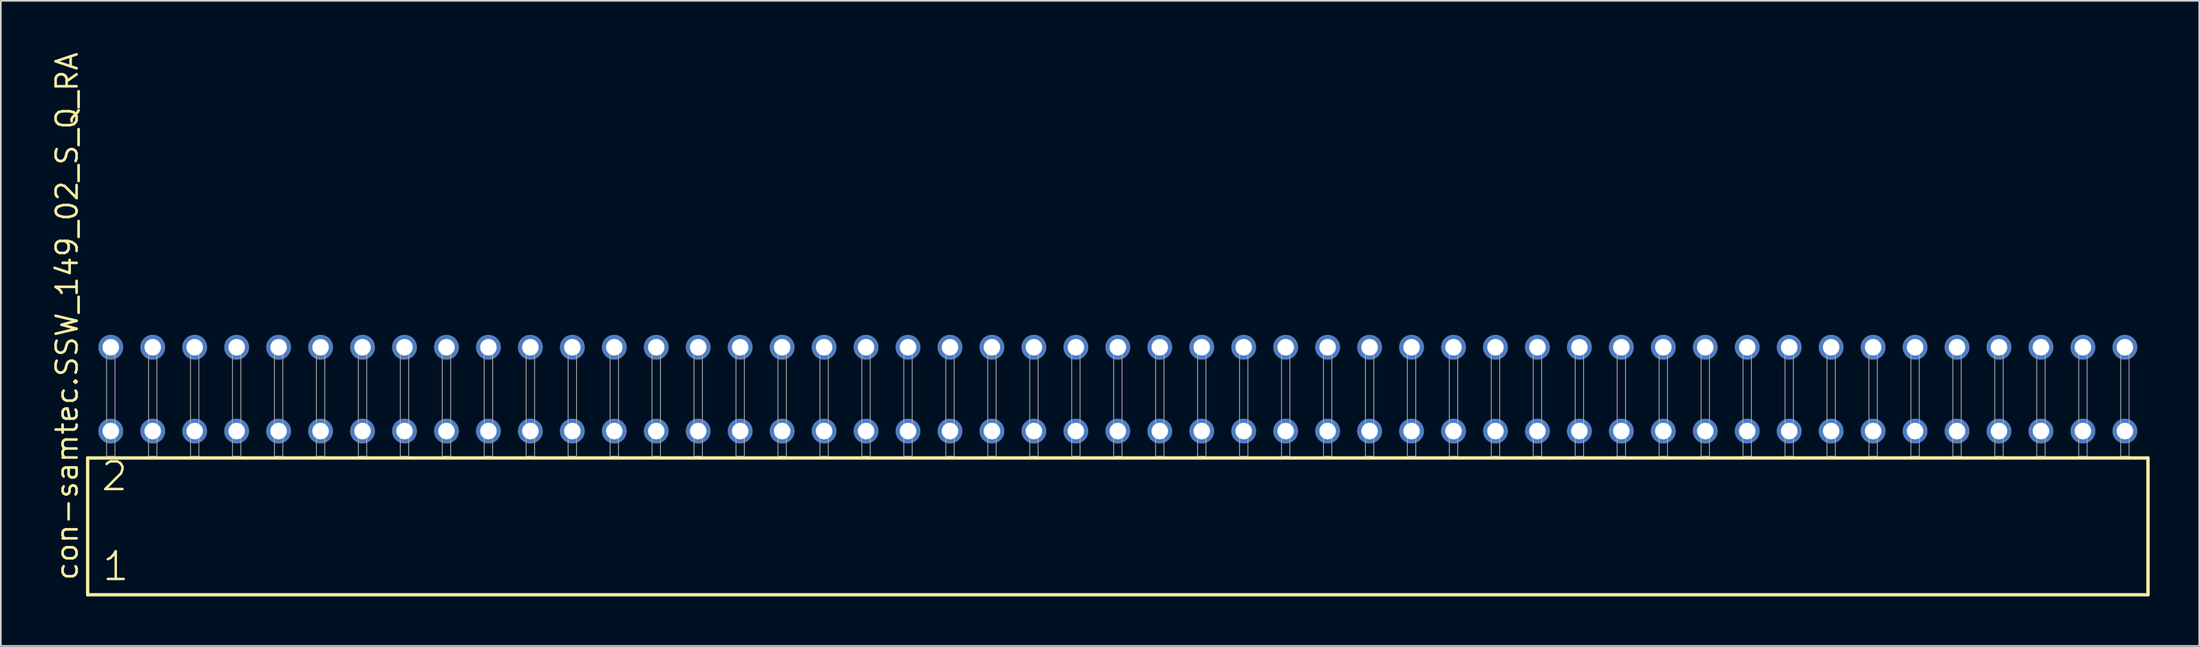
<source format=kicad_pcb>
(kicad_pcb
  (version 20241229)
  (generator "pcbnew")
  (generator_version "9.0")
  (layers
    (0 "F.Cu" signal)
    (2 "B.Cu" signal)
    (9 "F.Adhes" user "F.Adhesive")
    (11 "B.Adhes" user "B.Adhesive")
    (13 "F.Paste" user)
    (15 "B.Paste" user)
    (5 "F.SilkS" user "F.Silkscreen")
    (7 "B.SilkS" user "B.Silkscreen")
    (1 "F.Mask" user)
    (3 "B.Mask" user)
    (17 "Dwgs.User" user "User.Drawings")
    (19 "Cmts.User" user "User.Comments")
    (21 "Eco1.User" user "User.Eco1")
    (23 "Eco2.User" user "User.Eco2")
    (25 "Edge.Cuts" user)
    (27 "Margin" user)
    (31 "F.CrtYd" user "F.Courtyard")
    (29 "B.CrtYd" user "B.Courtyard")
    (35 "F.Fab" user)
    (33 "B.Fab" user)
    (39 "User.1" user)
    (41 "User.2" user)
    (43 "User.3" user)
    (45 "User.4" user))
  (footprint "con-samtec.SSW_149_02_S_Q_RA"
    (layer "F.Cu")
    (at 64.615 24.598)
    (property "Reference" "con-samtec.SSW_149_02_S_Q_RA" (at -62.865 7.62 90) (layer "F.SilkS") (effects (font (size 1.27 1.27) (thickness 0.16)) (justify left bottom)))
    (attr through_hole)
    (fp_line (start -62.359 0.106) (end -62.359 8.396) (stroke (width 0.203) (type default)) (layer "F.SilkS"))
    (fp_line (start -62.359 8.396) (end 62.359 8.396) (stroke (width 0.203) (type default)) (layer "F.SilkS"))
    (fp_line (start 62.359 0.106) (end -62.359 0.106) (stroke (width 0.203) (type default)) (layer "F.SilkS"))
    (fp_line (start 62.359 8.396) (end 62.359 0.106) (stroke (width 0.203) (type default)) (layer "F.SilkS"))
    (fp_rect (start -61.214 0) (end -60.706 -6.858) (stroke (width 0.05) (type default)) (fill no) (layer "F.Fab"))
    (fp_rect (start -58.674 0) (end -58.166 -6.858) (stroke (width 0.05) (type default)) (fill no) (layer "F.Fab"))
    (fp_rect (start -56.134 0) (end -55.626 -6.858) (stroke (width 0.05) (type default)) (fill no) (layer "F.Fab"))
    (fp_rect (start -53.594 0) (end -53.086 -6.858) (stroke (width 0.05) (type default)) (fill no) (layer "F.Fab"))
    (fp_rect (start -51.054 0) (end -50.546 -6.858) (stroke (width 0.05) (type default)) (fill no) (layer "F.Fab"))
    (fp_rect (start -48.514 0) (end -48.006 -6.858) (stroke (width 0.05) (type default)) (fill no) (layer "F.Fab"))
    (fp_rect (start -45.974 0) (end -45.466 -6.858) (stroke (width 0.05) (type default)) (fill no) (layer "F.Fab"))
    (fp_rect (start -43.434 0) (end -42.926 -6.858) (stroke (width 0.05) (type default)) (fill no) (layer "F.Fab"))
    (fp_rect (start -40.894 0) (end -40.386 -6.858) (stroke (width 0.05) (type default)) (fill no) (layer "F.Fab"))
    (fp_rect (start -38.354 0) (end -37.846 -6.858) (stroke (width 0.05) (type default)) (fill no) (layer "F.Fab"))
    (fp_rect (start -35.814 0) (end -35.306 -6.858) (stroke (width 0.05) (type default)) (fill no) (layer "F.Fab"))
    (fp_rect (start -33.274 0) (end -32.766 -6.858) (stroke (width 0.05) (type default)) (fill no) (layer "F.Fab"))
    (fp_rect (start -30.734 0) (end -30.226 -6.858) (stroke (width 0.05) (type default)) (fill no) (layer "F.Fab"))
    (fp_rect (start -28.194 0) (end -27.686 -6.858) (stroke (width 0.05) (type default)) (fill no) (layer "F.Fab"))
    (fp_rect (start -25.654 0) (end -25.146 -6.858) (stroke (width 0.05) (type default)) (fill no) (layer "F.Fab"))
    (fp_rect (start -23.114 0) (end -22.606 -6.858) (stroke (width 0.05) (type default)) (fill no) (layer "F.Fab"))
    (fp_rect (start -20.574 0) (end -20.066 -6.858) (stroke (width 0.05) (type default)) (fill no) (layer "F.Fab"))
    (fp_rect (start -18.034 0) (end -17.526 -6.858) (stroke (width 0.05) (type default)) (fill no) (layer "F.Fab"))
    (fp_rect (start -15.494 0) (end -14.986 -6.858) (stroke (width 0.05) (type default)) (fill no) (layer "F.Fab"))
    (fp_rect (start -12.954 0) (end -12.446 -6.858) (stroke (width 0.05) (type default)) (fill no) (layer "F.Fab"))
    (fp_rect (start -10.414 0) (end -9.906 -6.858) (stroke (width 0.05) (type default)) (fill no) (layer "F.Fab"))
    (fp_rect (start -7.874 0) (end -7.366 -6.858) (stroke (width 0.05) (type default)) (fill no) (layer "F.Fab"))
    (fp_rect (start -5.334 0) (end -4.826 -6.858) (stroke (width 0.05) (type default)) (fill no) (layer "F.Fab"))
    (fp_rect (start -2.794 0) (end -2.286 -6.858) (stroke (width 0.05) (type default)) (fill no) (layer "F.Fab"))
    (fp_rect (start -0.254 0) (end 0.254 -6.858) (stroke (width 0.05) (type default)) (fill no) (layer "F.Fab"))
    (fp_rect (start 2.286 0) (end 2.794 -6.858) (stroke (width 0.05) (type default)) (fill no) (layer "F.Fab"))
    (fp_rect (start 4.826 0) (end 5.334 -6.858) (stroke (width 0.05) (type default)) (fill no) (layer "F.Fab"))
    (fp_rect (start 7.366 0) (end 7.874 -6.858) (stroke (width 0.05) (type default)) (fill no) (layer "F.Fab"))
    (fp_rect (start 9.906 0) (end 10.414 -6.858) (stroke (width 0.05) (type default)) (fill no) (layer "F.Fab"))
    (fp_rect (start 12.446 0) (end 12.954 -6.858) (stroke (width 0.05) (type default)) (fill no) (layer "F.Fab"))
    (fp_rect (start 14.986 0) (end 15.494 -6.858) (stroke (width 0.05) (type default)) (fill no) (layer "F.Fab"))
    (fp_rect (start 17.526 0) (end 18.034 -6.858) (stroke (width 0.05) (type default)) (fill no) (layer "F.Fab"))
    (fp_rect (start 20.066 0) (end 20.574 -6.858) (stroke (width 0.05) (type default)) (fill no) (layer "F.Fab"))
    (fp_rect (start 22.606 0) (end 23.114 -6.858) (stroke (width 0.05) (type default)) (fill no) (layer "F.Fab"))
    (fp_rect (start 25.146 0) (end 25.654 -6.858) (stroke (width 0.05) (type default)) (fill no) (layer "F.Fab"))
    (fp_rect (start 27.686 0) (end 28.194 -6.858) (stroke (width 0.05) (type default)) (fill no) (layer "F.Fab"))
    (fp_rect (start 30.226 0) (end 30.734 -6.858) (stroke (width 0.05) (type default)) (fill no) (layer "F.Fab"))
    (fp_rect (start 32.766 0) (end 33.274 -6.858) (stroke (width 0.05) (type default)) (fill no) (layer "F.Fab"))
    (fp_rect (start 35.306 0) (end 35.814 -6.858) (stroke (width 0.05) (type default)) (fill no) (layer "F.Fab"))
    (fp_rect (start 37.846 0) (end 38.354 -6.858) (stroke (width 0.05) (type default)) (fill no) (layer "F.Fab"))
    (fp_rect (start 40.386 0) (end 40.894 -6.858) (stroke (width 0.05) (type default)) (fill no) (layer "F.Fab"))
    (fp_rect (start 42.926 0) (end 43.434 -6.858) (stroke (width 0.05) (type default)) (fill no) (layer "F.Fab"))
    (fp_rect (start 45.466 0) (end 45.974 -6.858) (stroke (width 0.05) (type default)) (fill no) (layer "F.Fab"))
    (fp_rect (start 48.006 0) (end 48.514 -6.858) (stroke (width 0.05) (type default)) (fill no) (layer "F.Fab"))
    (fp_rect (start 50.546 0) (end 51.054 -6.858) (stroke (width 0.05) (type default)) (fill no) (layer "F.Fab"))
    (fp_rect (start 53.086 0) (end 53.594 -6.858) (stroke (width 0.05) (type default)) (fill no) (layer "F.Fab"))
    (fp_rect (start 55.626 0) (end 56.134 -6.858) (stroke (width 0.05) (type default)) (fill no) (layer "F.Fab"))
    (fp_rect (start 58.166 0) (end 58.674 -6.858) (stroke (width 0.05) (type default)) (fill no) (layer "F.Fab"))
    (fp_rect (start 60.706 0) (end 61.214 -6.858) (stroke (width 0.05) (type default)) (fill no) (layer "F.Fab"))
    (fp_text user "1" (at -61.555 7.65 0) (layer "F.SilkS") (effects (font (size 1.676 1.676) (thickness 0.15)) (justify left bottom)))
    (fp_text user "2" (at -61.63 2.2 0) (layer "F.SilkS") (effects (font (size 1.676 1.676) (thickness 0.15)) (justify left bottom)))
    (pad "1" thru_hole circle (at -60.96 -1.524) (size 1.5 1.5) (drill 1) (layers "*.Cu" "*.Mask"))
    (pad "2" thru_hole circle (at -60.96 -6.604) (size 1.5 1.5) (drill 1) (layers "*.Cu" "*.Mask"))
    (pad "3" thru_hole circle (at -58.42 -1.524) (size 1.5 1.5) (drill 1) (layers "*.Cu" "*.Mask"))
    (pad "4" thru_hole circle (at -58.42 -6.604) (size 1.5 1.5) (drill 1) (layers "*.Cu" "*.Mask"))
    (pad "5" thru_hole circle (at -55.88 -1.524) (size 1.5 1.5) (drill 1) (layers "*.Cu" "*.Mask"))
    (pad "6" thru_hole circle (at -55.88 -6.604) (size 1.5 1.5) (drill 1) (layers "*.Cu" "*.Mask"))
    (pad "7" thru_hole circle (at -53.34 -1.524) (size 1.5 1.5) (drill 1) (layers "*.Cu" "*.Mask"))
    (pad "8" thru_hole circle (at -53.34 -6.604) (size 1.5 1.5) (drill 1) (layers "*.Cu" "*.Mask"))
    (pad "9" thru_hole circle (at -50.8 -1.524) (size 1.5 1.5) (drill 1) (layers "*.Cu" "*.Mask"))
    (pad "10" thru_hole circle (at -50.8 -6.604) (size 1.5 1.5) (drill 1) (layers "*.Cu" "*.Mask"))
    (pad "11" thru_hole circle (at -48.26 -1.524) (size 1.5 1.5) (drill 1) (layers "*.Cu" "*.Mask"))
    (pad "12" thru_hole circle (at -48.26 -6.604) (size 1.5 1.5) (drill 1) (layers "*.Cu" "*.Mask"))
    (pad "13" thru_hole circle (at -45.72 -1.524) (size 1.5 1.5) (drill 1) (layers "*.Cu" "*.Mask"))
    (pad "14" thru_hole circle (at -45.72 -6.604) (size 1.5 1.5) (drill 1) (layers "*.Cu" "*.Mask"))
    (pad "15" thru_hole circle (at -43.18 -1.524) (size 1.5 1.5) (drill 1) (layers "*.Cu" "*.Mask"))
    (pad "16" thru_hole circle (at -43.18 -6.604) (size 1.5 1.5) (drill 1) (layers "*.Cu" "*.Mask"))
    (pad "17" thru_hole circle (at -40.64 -1.524) (size 1.5 1.5) (drill 1) (layers "*.Cu" "*.Mask"))
    (pad "18" thru_hole circle (at -40.64 -6.604) (size 1.5 1.5) (drill 1) (layers "*.Cu" "*.Mask"))
    (pad "19" thru_hole circle (at -38.1 -1.524) (size 1.5 1.5) (drill 1) (layers "*.Cu" "*.Mask"))
    (pad "20" thru_hole circle (at -38.1 -6.604) (size 1.5 1.5) (drill 1) (layers "*.Cu" "*.Mask"))
    (pad "21" thru_hole circle (at -35.56 -1.524) (size 1.5 1.5) (drill 1) (layers "*.Cu" "*.Mask"))
    (pad "22" thru_hole circle (at -35.56 -6.604) (size 1.5 1.5) (drill 1) (layers "*.Cu" "*.Mask"))
    (pad "23" thru_hole circle (at -33.02 -1.524) (size 1.5 1.5) (drill 1) (layers "*.Cu" "*.Mask"))
    (pad "24" thru_hole circle (at -33.02 -6.604) (size 1.5 1.5) (drill 1) (layers "*.Cu" "*.Mask"))
    (pad "25" thru_hole circle (at -30.48 -1.524) (size 1.5 1.5) (drill 1) (layers "*.Cu" "*.Mask"))
    (pad "26" thru_hole circle (at -30.48 -6.604) (size 1.5 1.5) (drill 1) (layers "*.Cu" "*.Mask"))
    (pad "27" thru_hole circle (at -27.94 -1.524) (size 1.5 1.5) (drill 1) (layers "*.Cu" "*.Mask"))
    (pad "28" thru_hole circle (at -27.94 -6.604) (size 1.5 1.5) (drill 1) (layers "*.Cu" "*.Mask"))
    (pad "29" thru_hole circle (at -25.4 -1.524) (size 1.5 1.5) (drill 1) (layers "*.Cu" "*.Mask"))
    (pad "30" thru_hole circle (at -25.4 -6.604) (size 1.5 1.5) (drill 1) (layers "*.Cu" "*.Mask"))
    (pad "31" thru_hole circle (at -22.86 -1.524) (size 1.5 1.5) (drill 1) (layers "*.Cu" "*.Mask"))
    (pad "32" thru_hole circle (at -22.86 -6.604) (size 1.5 1.5) (drill 1) (layers "*.Cu" "*.Mask"))
    (pad "33" thru_hole circle (at -20.32 -1.524) (size 1.5 1.5) (drill 1) (layers "*.Cu" "*.Mask"))
    (pad "34" thru_hole circle (at -20.32 -6.604) (size 1.5 1.5) (drill 1) (layers "*.Cu" "*.Mask"))
    (pad "35" thru_hole circle (at -17.78 -1.524) (size 1.5 1.5) (drill 1) (layers "*.Cu" "*.Mask"))
    (pad "36" thru_hole circle (at -17.78 -6.604) (size 1.5 1.5) (drill 1) (layers "*.Cu" "*.Mask"))
    (pad "37" thru_hole circle (at -15.24 -1.524) (size 1.5 1.5) (drill 1) (layers "*.Cu" "*.Mask"))
    (pad "38" thru_hole circle (at -15.24 -6.604) (size 1.5 1.5) (drill 1) (layers "*.Cu" "*.Mask"))
    (pad "39" thru_hole circle (at -12.7 -1.524) (size 1.5 1.5) (drill 1) (layers "*.Cu" "*.Mask"))
    (pad "40" thru_hole circle (at -12.7 -6.604) (size 1.5 1.5) (drill 1) (layers "*.Cu" "*.Mask"))
    (pad "41" thru_hole circle (at -10.16 -1.524) (size 1.5 1.5) (drill 1) (layers "*.Cu" "*.Mask"))
    (pad "42" thru_hole circle (at -10.16 -6.604) (size 1.5 1.5) (drill 1) (layers "*.Cu" "*.Mask"))
    (pad "43" thru_hole circle (at -7.62 -1.524) (size 1.5 1.5) (drill 1) (layers "*.Cu" "*.Mask"))
    (pad "44" thru_hole circle (at -7.62 -6.604) (size 1.5 1.5) (drill 1) (layers "*.Cu" "*.Mask"))
    (pad "45" thru_hole circle (at -5.08 -1.524) (size 1.5 1.5) (drill 1) (layers "*.Cu" "*.Mask"))
    (pad "46" thru_hole circle (at -5.08 -6.604) (size 1.5 1.5) (drill 1) (layers "*.Cu" "*.Mask"))
    (pad "47" thru_hole circle (at -2.54 -1.524) (size 1.5 1.5) (drill 1) (layers "*.Cu" "*.Mask"))
    (pad "48" thru_hole circle (at -2.54 -6.604) (size 1.5 1.5) (drill 1) (layers "*.Cu" "*.Mask"))
    (pad "49" thru_hole circle (at 0 -1.524) (size 1.5 1.5) (drill 1) (layers "*.Cu" "*.Mask"))
    (pad "50" thru_hole circle (at 0 -6.604) (size 1.5 1.5) (drill 1) (layers "*.Cu" "*.Mask"))
    (pad "51" thru_hole circle (at 2.54 -1.524) (size 1.5 1.5) (drill 1) (layers "*.Cu" "*.Mask"))
    (pad "52" thru_hole circle (at 2.54 -6.604) (size 1.5 1.5) (drill 1) (layers "*.Cu" "*.Mask"))
    (pad "53" thru_hole circle (at 5.08 -1.524) (size 1.5 1.5) (drill 1) (layers "*.Cu" "*.Mask"))
    (pad "54" thru_hole circle (at 5.08 -6.604) (size 1.5 1.5) (drill 1) (layers "*.Cu" "*.Mask"))
    (pad "55" thru_hole circle (at 7.62 -1.524) (size 1.5 1.5) (drill 1) (layers "*.Cu" "*.Mask"))
    (pad "56" thru_hole circle (at 7.62 -6.604) (size 1.5 1.5) (drill 1) (layers "*.Cu" "*.Mask"))
    (pad "57" thru_hole circle (at 10.16 -1.524) (size 1.5 1.5) (drill 1) (layers "*.Cu" "*.Mask"))
    (pad "58" thru_hole circle (at 10.16 -6.604) (size 1.5 1.5) (drill 1) (layers "*.Cu" "*.Mask"))
    (pad "59" thru_hole circle (at 12.7 -1.524) (size 1.5 1.5) (drill 1) (layers "*.Cu" "*.Mask"))
    (pad "60" thru_hole circle (at 12.7 -6.604) (size 1.5 1.5) (drill 1) (layers "*.Cu" "*.Mask"))
    (pad "61" thru_hole circle (at 15.24 -1.524) (size 1.5 1.5) (drill 1) (layers "*.Cu" "*.Mask"))
    (pad "62" thru_hole circle (at 15.24 -6.604) (size 1.5 1.5) (drill 1) (layers "*.Cu" "*.Mask"))
    (pad "63" thru_hole circle (at 17.78 -1.524) (size 1.5 1.5) (drill 1) (layers "*.Cu" "*.Mask"))
    (pad "64" thru_hole circle (at 17.78 -6.604) (size 1.5 1.5) (drill 1) (layers "*.Cu" "*.Mask"))
    (pad "65" thru_hole circle (at 20.32 -1.524) (size 1.5 1.5) (drill 1) (layers "*.Cu" "*.Mask"))
    (pad "66" thru_hole circle (at 20.32 -6.604) (size 1.5 1.5) (drill 1) (layers "*.Cu" "*.Mask"))
    (pad "67" thru_hole circle (at 22.86 -1.524) (size 1.5 1.5) (drill 1) (layers "*.Cu" "*.Mask"))
    (pad "68" thru_hole circle (at 22.86 -6.604) (size 1.5 1.5) (drill 1) (layers "*.Cu" "*.Mask"))
    (pad "69" thru_hole circle (at 25.4 -1.524) (size 1.5 1.5) (drill 1) (layers "*.Cu" "*.Mask"))
    (pad "70" thru_hole circle (at 25.4 -6.604) (size 1.5 1.5) (drill 1) (layers "*.Cu" "*.Mask"))
    (pad "71" thru_hole circle (at 27.94 -1.524) (size 1.5 1.5) (drill 1) (layers "*.Cu" "*.Mask"))
    (pad "72" thru_hole circle (at 27.94 -6.604) (size 1.5 1.5) (drill 1) (layers "*.Cu" "*.Mask"))
    (pad "73" thru_hole circle (at 30.48 -1.524) (size 1.5 1.5) (drill 1) (layers "*.Cu" "*.Mask"))
    (pad "74" thru_hole circle (at 30.48 -6.604) (size 1.5 1.5) (drill 1) (layers "*.Cu" "*.Mask"))
    (pad "75" thru_hole circle (at 33.02 -1.524) (size 1.5 1.5) (drill 1) (layers "*.Cu" "*.Mask"))
    (pad "76" thru_hole circle (at 33.02 -6.604) (size 1.5 1.5) (drill 1) (layers "*.Cu" "*.Mask"))
    (pad "77" thru_hole circle (at 35.56 -1.524) (size 1.5 1.5) (drill 1) (layers "*.Cu" "*.Mask"))
    (pad "78" thru_hole circle (at 35.56 -6.604) (size 1.5 1.5) (drill 1) (layers "*.Cu" "*.Mask"))
    (pad "79" thru_hole circle (at 38.1 -1.524) (size 1.5 1.5) (drill 1) (layers "*.Cu" "*.Mask"))
    (pad "80" thru_hole circle (at 38.1 -6.604) (size 1.5 1.5) (drill 1) (layers "*.Cu" "*.Mask"))
    (pad "81" thru_hole circle (at 40.64 -1.524) (size 1.5 1.5) (drill 1) (layers "*.Cu" "*.Mask"))
    (pad "82" thru_hole circle (at 40.64 -6.604) (size 1.5 1.5) (drill 1) (layers "*.Cu" "*.Mask"))
    (pad "83" thru_hole circle (at 43.18 -1.524) (size 1.5 1.5) (drill 1) (layers "*.Cu" "*.Mask"))
    (pad "84" thru_hole circle (at 43.18 -6.604) (size 1.5 1.5) (drill 1) (layers "*.Cu" "*.Mask"))
    (pad "85" thru_hole circle (at 45.72 -1.524) (size 1.5 1.5) (drill 1) (layers "*.Cu" "*.Mask"))
    (pad "86" thru_hole circle (at 45.72 -6.604) (size 1.5 1.5) (drill 1) (layers "*.Cu" "*.Mask"))
    (pad "87" thru_hole circle (at 48.26 -1.524) (size 1.5 1.5) (drill 1) (layers "*.Cu" "*.Mask"))
    (pad "88" thru_hole circle (at 48.26 -6.604) (size 1.5 1.5) (drill 1) (layers "*.Cu" "*.Mask"))
    (pad "89" thru_hole circle (at 50.8 -1.524) (size 1.5 1.5) (drill 1) (layers "*.Cu" "*.Mask"))
    (pad "90" thru_hole circle (at 50.8 -6.604) (size 1.5 1.5) (drill 1) (layers "*.Cu" "*.Mask"))
    (pad "91" thru_hole circle (at 53.34 -1.524) (size 1.5 1.5) (drill 1) (layers "*.Cu" "*.Mask"))
    (pad "92" thru_hole circle (at 53.34 -6.604) (size 1.5 1.5) (drill 1) (layers "*.Cu" "*.Mask"))
    (pad "93" thru_hole circle (at 55.88 -1.524) (size 1.5 1.5) (drill 1) (layers "*.Cu" "*.Mask"))
    (pad "94" thru_hole circle (at 55.88 -6.604) (size 1.5 1.5) (drill 1) (layers "*.Cu" "*.Mask"))
    (pad "95" thru_hole circle (at 58.42 -1.524) (size 1.5 1.5) (drill 1) (layers "*.Cu" "*.Mask"))
    (pad "96" thru_hole circle (at 58.42 -6.604) (size 1.5 1.5) (drill 1) (layers "*.Cu" "*.Mask"))
    (pad "97" thru_hole circle (at 60.96 -1.524) (size 1.5 1.5) (drill 1) (layers "*.Cu" "*.Mask"))
    (pad "98" thru_hole circle (at 60.96 -6.604) (size 1.5 1.5) (drill 1) (layers "*.Cu" "*.Mask")))
  (gr_rect
    (start -3 -3)
    (end 130.076 36.096)
    (stroke (width 0.1) (type default))
    (fill no)
    (layer "Edge.Cuts")))
</source>
